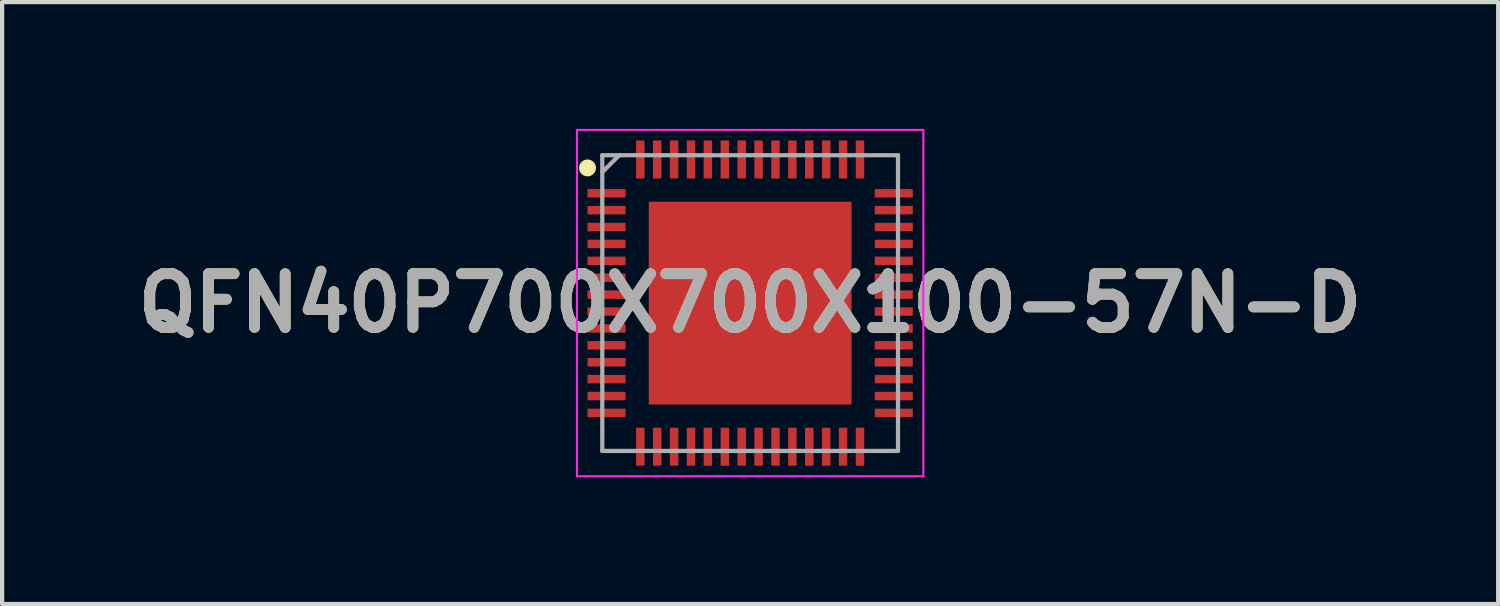
<source format=kicad_pcb>
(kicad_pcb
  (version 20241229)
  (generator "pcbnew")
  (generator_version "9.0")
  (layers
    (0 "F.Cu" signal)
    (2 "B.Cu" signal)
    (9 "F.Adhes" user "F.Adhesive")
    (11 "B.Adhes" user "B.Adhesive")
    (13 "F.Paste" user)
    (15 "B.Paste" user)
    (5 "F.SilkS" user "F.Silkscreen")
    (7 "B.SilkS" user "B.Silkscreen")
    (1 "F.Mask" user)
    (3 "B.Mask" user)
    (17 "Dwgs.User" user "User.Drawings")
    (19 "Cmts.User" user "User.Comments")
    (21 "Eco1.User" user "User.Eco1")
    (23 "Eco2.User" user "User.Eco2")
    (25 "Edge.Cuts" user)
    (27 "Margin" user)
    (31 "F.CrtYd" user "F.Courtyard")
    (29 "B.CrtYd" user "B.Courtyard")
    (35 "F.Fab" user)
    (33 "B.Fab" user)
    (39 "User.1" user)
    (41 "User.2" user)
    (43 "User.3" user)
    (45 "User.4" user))
  (footprint "QFN40P700X700X100-57N-D"
    (layer "F.Cu")
    (at 14.708 4.125)
    (property "Reference" "QFN40P700X700X100-57N-D" (at 0 0 0) (layer "F.SilkS") (effects (font (size 1.27 1.27) (thickness 0.254))))
    (attr smd)
    (fp_circle (center -3.85 -3.2) (end -3.85 -3.1) (stroke (width 0.2) (type solid)) (fill no) (layer "F.SilkS"))
    (fp_line (start -4.1 -4.1) (end 4.1 -4.1) (stroke (width 0.05) (type solid)) (layer "F.CrtYd"))
    (fp_line (start -4.1 4.1) (end -4.1 -4.1) (stroke (width 0.05) (type solid)) (layer "F.CrtYd"))
    (fp_line (start 4.1 -4.1) (end 4.1 4.1) (stroke (width 0.05) (type solid)) (layer "F.CrtYd"))
    (fp_line (start 4.1 4.1) (end -4.1 4.1) (stroke (width 0.05) (type solid)) (layer "F.CrtYd"))
    (fp_line (start -3.5 -3.5) (end 3.5 -3.5) (stroke (width 0.1) (type solid)) (layer "F.Fab"))
    (fp_line (start -3.5 -3.1) (end -3.1 -3.5) (stroke (width 0.1) (type solid)) (layer "F.Fab"))
    (fp_line (start -3.5 3.5) (end -3.5 -3.5) (stroke (width 0.1) (type solid)) (layer "F.Fab"))
    (fp_line (start 3.5 -3.5) (end 3.5 3.5) (stroke (width 0.1) (type solid)) (layer "F.Fab"))
    (fp_line (start 3.5 3.5) (end -3.5 3.5) (stroke (width 0.1) (type solid)) (layer "F.Fab"))
    (fp_text user "${REFERENCE}" (at 0 0 0) (layer "F.Fab") (effects (font (size 1.27 1.27) (thickness 0.254))))
    (pad "1" smd rect (at -3.4 -2.6 90) (size 0.2 0.9) (layers "F.Cu" "F.Mask" "F.Paste"))
    (pad "2" smd rect (at -3.4 -2.2 90) (size 0.2 0.9) (layers "F.Cu" "F.Mask" "F.Paste"))
    (pad "3" smd rect (at -3.4 -1.8 90) (size 0.2 0.9) (layers "F.Cu" "F.Mask" "F.Paste"))
    (pad "4" smd rect (at -3.4 -1.4 90) (size 0.2 0.9) (layers "F.Cu" "F.Mask" "F.Paste"))
    (pad "5" smd rect (at -3.4 -1 90) (size 0.2 0.9) (layers "F.Cu" "F.Mask" "F.Paste"))
    (pad "6" smd rect (at -3.4 -0.6 90) (size 0.2 0.9) (layers "F.Cu" "F.Mask" "F.Paste"))
    (pad "7" smd rect (at -3.4 -0.2 90) (size 0.2 0.9) (layers "F.Cu" "F.Mask" "F.Paste"))
    (pad "8" smd rect (at -3.4 0.2 90) (size 0.2 0.9) (layers "F.Cu" "F.Mask" "F.Paste"))
    (pad "9" smd rect (at -3.4 0.6 90) (size 0.2 0.9) (layers "F.Cu" "F.Mask" "F.Paste"))
    (pad "10" smd rect (at -3.4 1 90) (size 0.2 0.9) (layers "F.Cu" "F.Mask" "F.Paste"))
    (pad "11" smd rect (at -3.4 1.4 90) (size 0.2 0.9) (layers "F.Cu" "F.Mask" "F.Paste"))
    (pad "12" smd rect (at -3.4 1.8 90) (size 0.2 0.9) (layers "F.Cu" "F.Mask" "F.Paste"))
    (pad "13" smd rect (at -3.4 2.2 90) (size 0.2 0.9) (layers "F.Cu" "F.Mask" "F.Paste"))
    (pad "14" smd rect (at -3.4 2.6 90) (size 0.2 0.9) (layers "F.Cu" "F.Mask" "F.Paste"))
    (pad "15" smd rect (at -2.6 3.4) (size 0.2 0.9) (layers "F.Cu" "F.Mask" "F.Paste"))
    (pad "16" smd rect (at -2.2 3.4) (size 0.2 0.9) (layers "F.Cu" "F.Mask" "F.Paste"))
    (pad "17" smd rect (at -1.8 3.4) (size 0.2 0.9) (layers "F.Cu" "F.Mask" "F.Paste"))
    (pad "18" smd rect (at -1.4 3.4) (size 0.2 0.9) (layers "F.Cu" "F.Mask" "F.Paste"))
    (pad "19" smd rect (at -1 3.4) (size 0.2 0.9) (layers "F.Cu" "F.Mask" "F.Paste"))
    (pad "20" smd rect (at -0.6 3.4) (size 0.2 0.9) (layers "F.Cu" "F.Mask" "F.Paste"))
    (pad "21" smd rect (at -0.2 3.4) (size 0.2 0.9) (layers "F.Cu" "F.Mask" "F.Paste"))
    (pad "22" smd rect (at 0.2 3.4) (size 0.2 0.9) (layers "F.Cu" "F.Mask" "F.Paste"))
    (pad "23" smd rect (at 0.6 3.4) (size 0.2 0.9) (layers "F.Cu" "F.Mask" "F.Paste"))
    (pad "24" smd rect (at 1 3.4) (size 0.2 0.9) (layers "F.Cu" "F.Mask" "F.Paste"))
    (pad "25" smd rect (at 1.4 3.4) (size 0.2 0.9) (layers "F.Cu" "F.Mask" "F.Paste"))
    (pad "26" smd rect (at 1.8 3.4) (size 0.2 0.9) (layers "F.Cu" "F.Mask" "F.Paste"))
    (pad "27" smd rect (at 2.2 3.4) (size 0.2 0.9) (layers "F.Cu" "F.Mask" "F.Paste"))
    (pad "28" smd rect (at 2.6 3.4) (size 0.2 0.9) (layers "F.Cu" "F.Mask" "F.Paste"))
    (pad "29" smd rect (at 3.4 2.6 90) (size 0.2 0.9) (layers "F.Cu" "F.Mask" "F.Paste"))
    (pad "30" smd rect (at 3.4 2.2 90) (size 0.2 0.9) (layers "F.Cu" "F.Mask" "F.Paste"))
    (pad "31" smd rect (at 3.4 1.8 90) (size 0.2 0.9) (layers "F.Cu" "F.Mask" "F.Paste"))
    (pad "32" smd rect (at 3.4 1.4 90) (size 0.2 0.9) (layers "F.Cu" "F.Mask" "F.Paste"))
    (pad "33" smd rect (at 3.4 1 90) (size 0.2 0.9) (layers "F.Cu" "F.Mask" "F.Paste"))
    (pad "34" smd rect (at 3.4 0.6 90) (size 0.2 0.9) (layers "F.Cu" "F.Mask" "F.Paste"))
    (pad "35" smd rect (at 3.4 0.2 90) (size 0.2 0.9) (layers "F.Cu" "F.Mask" "F.Paste"))
    (pad "36" smd rect (at 3.4 -0.2 90) (size 0.2 0.9) (layers "F.Cu" "F.Mask" "F.Paste"))
    (pad "37" smd rect (at 3.4 -0.6 90) (size 0.2 0.9) (layers "F.Cu" "F.Mask" "F.Paste"))
    (pad "38" smd rect (at 3.4 -1 90) (size 0.2 0.9) (layers "F.Cu" "F.Mask" "F.Paste"))
    (pad "39" smd rect (at 3.4 -1.4 90) (size 0.2 0.9) (layers "F.Cu" "F.Mask" "F.Paste"))
    (pad "40" smd rect (at 3.4 -1.8 90) (size 0.2 0.9) (layers "F.Cu" "F.Mask" "F.Paste"))
    (pad "41" smd rect (at 3.4 -2.2 90) (size 0.2 0.9) (layers "F.Cu" "F.Mask" "F.Paste"))
    (pad "42" smd rect (at 3.4 -2.6 90) (size 0.2 0.9) (layers "F.Cu" "F.Mask" "F.Paste"))
    (pad "43" smd rect (at 2.6 -3.4) (size 0.2 0.9) (layers "F.Cu" "F.Mask" "F.Paste"))
    (pad "44" smd rect (at 2.2 -3.4) (size 0.2 0.9) (layers "F.Cu" "F.Mask" "F.Paste"))
    (pad "45" smd rect (at 1.8 -3.4) (size 0.2 0.9) (layers "F.Cu" "F.Mask" "F.Paste"))
    (pad "46" smd rect (at 1.4 -3.4) (size 0.2 0.9) (layers "F.Cu" "F.Mask" "F.Paste"))
    (pad "47" smd rect (at 1 -3.4) (size 0.2 0.9) (layers "F.Cu" "F.Mask" "F.Paste"))
    (pad "48" smd rect (at 0.6 -3.4) (size 0.2 0.9) (layers "F.Cu" "F.Mask" "F.Paste"))
    (pad "49" smd rect (at 0.2 -3.4) (size 0.2 0.9) (layers "F.Cu" "F.Mask" "F.Paste"))
    (pad "50" smd rect (at -0.2 -3.4) (size 0.2 0.9) (layers "F.Cu" "F.Mask" "F.Paste"))
    (pad "51" smd rect (at -0.6 -3.4) (size 0.2 0.9) (layers "F.Cu" "F.Mask" "F.Paste"))
    (pad "52" smd rect (at -1 -3.4) (size 0.2 0.9) (layers "F.Cu" "F.Mask" "F.Paste"))
    (pad "53" smd rect (at -1.4 -3.4) (size 0.2 0.9) (layers "F.Cu" "F.Mask" "F.Paste"))
    (pad "54" smd rect (at -1.8 -3.4) (size 0.2 0.9) (layers "F.Cu" "F.Mask" "F.Paste"))
    (pad "55" smd rect (at -2.2 -3.4) (size 0.2 0.9) (layers "F.Cu" "F.Mask" "F.Paste"))
    (pad "56" smd rect (at -2.6 -3.4) (size 0.2 0.9) (layers "F.Cu" "F.Mask" "F.Paste"))
    (pad "57" smd rect (at 0 0) (size 4.8 4.8) (layers "F.Cu" "F.Mask" "F.Paste")))
  (gr_rect
    (start -3 -3)
    (end 32.416 11.25)
    (stroke (width 0.1) (type default))
    (fill no)
    (layer "Edge.Cuts")))
</source>
